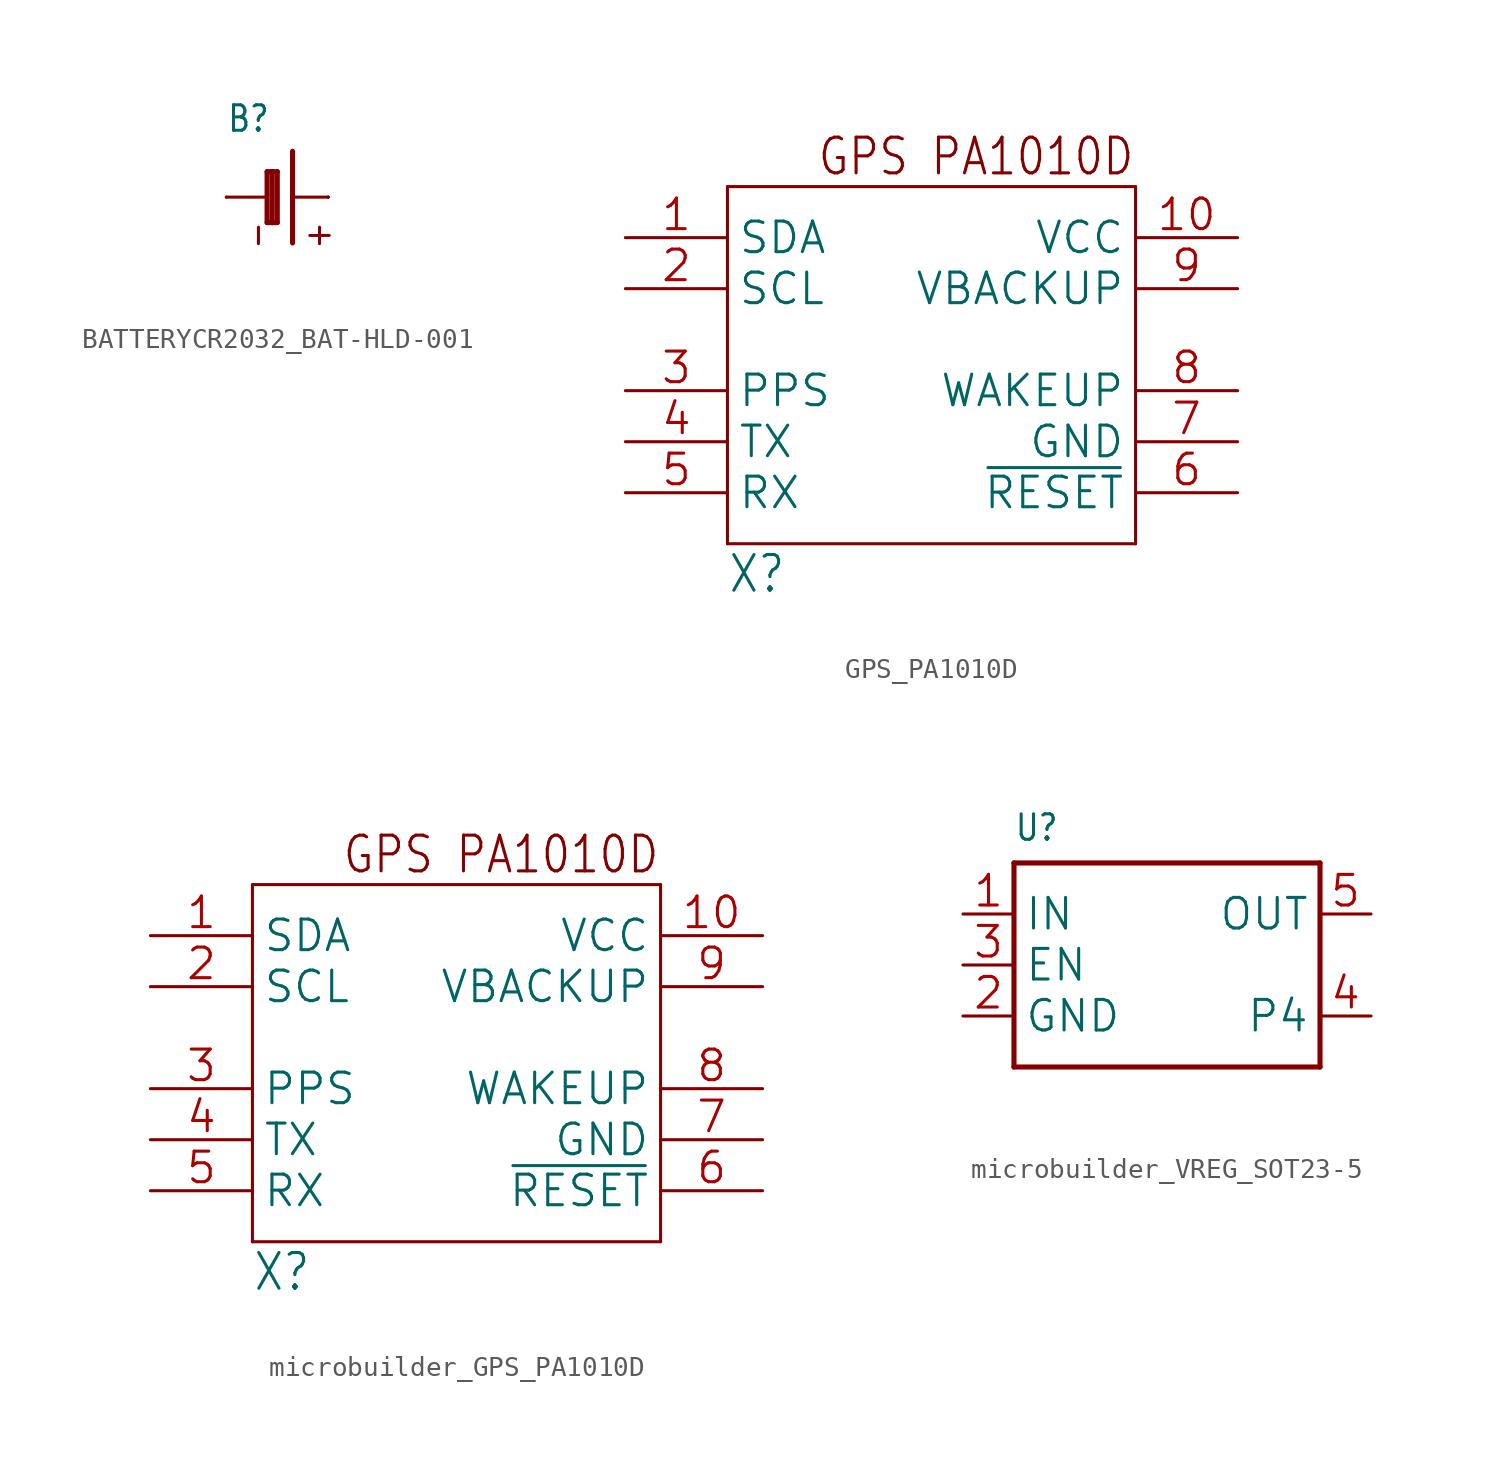
<source format=kicad_sym>
(kicad_symbol_lib
  (version 20241209)
  (generator "kicad_symbol_editor")
  (generator_version "9.0")
  (symbol "BATTERYCR2032_BAT-HLD-001"
    (property "Reference" "B"
      (at -2.54 3.175 0)
      (effects (font (size 1.27 1.079)) (justify left bottom)))
    (property "Value" ""
      (at -2.54 -5.08 0)
      (effects (font (size 1.27 1.079)) (justify left bottom)))
    (property "ki_locked" ""
      (at 0 0 0)
      (effects (font (size 1.27 1.27))))
    (symbol "BATTERYCR2032_BAT-HLD-001_1_0"
      (polyline (pts (xy -2.54 0) (xy -0.635 0)) (stroke (width 0.152) (type solid)) (fill (type none)))
      (polyline (pts (xy -0.508 1.27) (xy -0.254 1.27)) (stroke (width 0.254) (type solid)) (fill (type none)))
      (polyline (pts (xy -0.508 -1.27) (xy -0.508 1.27)) (stroke (width 0.254) (type solid)) (fill (type none)))
      (polyline (pts (xy -0.254 1.27) (xy -0.254 -1.27)) (stroke (width 0.254) (type solid)) (fill (type none)))
      (polyline (pts (xy -0.254 1.27) (xy 0 1.27)) (stroke (width 0.254) (type solid)) (fill (type none)))
      (polyline (pts (xy -0.254 -1.27) (xy -0.508 -1.27)) (stroke (width 0.254) (type solid)) (fill (type none)))
      (polyline (pts (xy 0 1.27) (xy 0 -1.27)) (stroke (width 0.254) (type solid)) (fill (type none)))
      (polyline (pts (xy 0 -1.27) (xy -0.254 -1.27)) (stroke (width 0.254) (type solid)) (fill (type none)))
      (polyline (pts (xy 0.762 2.286) (xy 0.762 -2.286)) (stroke (width 0.254) (type solid)) (fill (type none)))
      (polyline (pts (xy 0.889 0) (xy 2.54 0)) (stroke (width 0.152) (type solid)) (fill (type none)))
      (text "-" (at -1.778 -1.143 900) (effects (font (size 1.27 1.079)) (justify right top)))
      (text "+" (at 1.27 -1.143 900) (effects (font (size 1.27 1.079)) (justify right top)))
      (pin passive line (at -2.54 0 0) (length 0) (name "-" (effects (font (size 0 0)))) (number "-" (effects (font (size 0 0)))))
      (pin passive line (at 2.54 0 180) (length 0) (name "+" (effects (font (size 0 0)))) (number "+$1" (effects (font (size 0 0)))))
      (pin passive line (at 2.54 0 180) (length 0) (name "+" (effects (font (size 0 0)))) (number "+$2" (effects (font (size 0 0)))))))
  (symbol "GPS_PA1010D"
    (property "Reference" "X"
      (at -10.16 -10.16 0)
      (effects (font (size 1.778 1.511)) (justify left bottom)))
    (property "ki_locked" ""
      (at 0 0 0)
      (effects (font (size 1.27 1.27))))
    (symbol "GPS_PA1010D_1_0"
      (polyline (pts (xy -10.16 10.16) (xy 10.16 10.16)) (stroke (width 0.152) (type solid)) (fill (type none)))
      (polyline (pts (xy -10.16 -7.62) (xy -10.16 10.16)) (stroke (width 0.152) (type solid)) (fill (type none)))
      (polyline (pts (xy 10.16 10.16) (xy 10.16 -7.62)) (stroke (width 0.152) (type solid)) (fill (type none)))
      (polyline (pts (xy 10.16 -7.62) (xy -10.16 -7.62)) (stroke (width 0.152) (type solid)) (fill (type none)))
      (text "GPS PA1010D" (at 10.16 12.7 0) (effects (font (size 1.778 1.511)) (justify right top)))
      (pin bidirectional line (at -15.24 7.62 0) (length 5.08) (name "SDA" (effects (font (size 1.524 1.524)))) (number "1" (effects (font (size 1.524 1.524)))))
      (pin bidirectional line (at -15.24 5.08 0) (length 5.08) (name "SCL" (effects (font (size 1.524 1.524)))) (number "2" (effects (font (size 1.524 1.524)))))
      (pin output line (at -15.24 0 0) (length 5.08) (name "PPS" (effects (font (size 1.524 1.524)))) (number "3" (effects (font (size 1.524 1.524)))))
      (pin output line (at -15.24 -2.54 0) (length 5.08) (name "TX" (effects (font (size 1.524 1.524)))) (number "4" (effects (font (size 1.524 1.524)))))
      (pin input line (at -15.24 -5.08 0) (length 5.08) (name "RX" (effects (font (size 1.524 1.524)))) (number "5" (effects (font (size 1.524 1.524)))))
      (pin power_in line (at 15.24 7.62 180) (length 5.08) (name "VCC" (effects (font (size 1.524 1.524)))) (number "10" (effects (font (size 1.524 1.524)))))
      (pin power_in line (at 15.24 5.08 180) (length 5.08) (name "VBACKUP" (effects (font (size 1.524 1.524)))) (number "9" (effects (font (size 1.524 1.524)))))
      (pin input line (at 15.24 0 180) (length 5.08) (name "WAKEUP" (effects (font (size 1.524 1.524)))) (number "8" (effects (font (size 1.524 1.524)))))
      (pin power_in line (at 15.24 -2.54 180) (length 5.08) (name "GND" (effects (font (size 1.524 1.524)))) (number "7" (effects (font (size 1.524 1.524)))))
      (pin input line (at 15.24 -5.08 180) (length 5.08) (name "~{RESET}" (effects (font (size 1.524 1.524)))) (number "6" (effects (font (size 1.524 1.524)))))))
  (symbol "microbuilder_GPS_PA1010D"
    (property "Reference" "X"
      (at -10.16 -10.16 0)
      (effects (font (size 1.778 1.511)) (justify left bottom)))
    (property "ki_locked" ""
      (at 0 0 0)
      (effects (font (size 1.27 1.27))))
    (symbol "microbuilder_GPS_PA1010D_1_0"
      (polyline (pts (xy -10.16 10.16) (xy 10.16 10.16)) (stroke (width 0.152) (type solid)) (fill (type none)))
      (polyline (pts (xy -10.16 -7.62) (xy -10.16 10.16)) (stroke (width 0.152) (type solid)) (fill (type none)))
      (polyline (pts (xy 10.16 10.16) (xy 10.16 -7.62)) (stroke (width 0.152) (type solid)) (fill (type none)))
      (polyline (pts (xy 10.16 -7.62) (xy -10.16 -7.62)) (stroke (width 0.152) (type solid)) (fill (type none)))
      (text "GPS PA1010D" (at 10.16 12.7 0) (effects (font (size 1.778 1.511)) (justify right top)))
      (pin bidirectional line (at -15.24 7.62 0) (length 5.08) (name "SDA" (effects (font (size 1.524 1.524)))) (number "1" (effects (font (size 1.524 1.524)))))
      (pin bidirectional line (at -15.24 5.08 0) (length 5.08) (name "SCL" (effects (font (size 1.524 1.524)))) (number "2" (effects (font (size 1.524 1.524)))))
      (pin output line (at -15.24 0 0) (length 5.08) (name "PPS" (effects (font (size 1.524 1.524)))) (number "3" (effects (font (size 1.524 1.524)))))
      (pin output line (at -15.24 -2.54 0) (length 5.08) (name "TX" (effects (font (size 1.524 1.524)))) (number "4" (effects (font (size 1.524 1.524)))))
      (pin input line (at -15.24 -5.08 0) (length 5.08) (name "RX" (effects (font (size 1.524 1.524)))) (number "5" (effects (font (size 1.524 1.524)))))
      (pin power_in line (at 15.24 7.62 180) (length 5.08) (name "VCC" (effects (font (size 1.524 1.524)))) (number "10" (effects (font (size 1.524 1.524)))))
      (pin power_in line (at 15.24 5.08 180) (length 5.08) (name "VBACKUP" (effects (font (size 1.524 1.524)))) (number "9" (effects (font (size 1.524 1.524)))))
      (pin input line (at 15.24 0 180) (length 5.08) (name "WAKEUP" (effects (font (size 1.524 1.524)))) (number "8" (effects (font (size 1.524 1.524)))))
      (pin power_in line (at 15.24 -2.54 180) (length 5.08) (name "GND" (effects (font (size 1.524 1.524)))) (number "7" (effects (font (size 1.524 1.524)))))
      (pin input line (at 15.24 -5.08 180) (length 5.08) (name "~{RESET}" (effects (font (size 1.524 1.524)))) (number "6" (effects (font (size 1.524 1.524)))))))
  (symbol "microbuilder_VREG_SOT23-5"
    (property "Reference" "U"
      (at -7.62 6.096 0)
      (effects (font (size 1.27 1.079)) (justify left bottom)))
    (property "Value" ""
      (at -7.62 -7.62 0)
      (effects (font (size 1.27 1.079)) (justify left bottom)))
    (property "ki_locked" ""
      (at 0 0 0)
      (effects (font (size 1.27 1.27))))
    (symbol "microbuilder_VREG_SOT23-5_1_0"
      (polyline (pts (xy -7.62 5.08) (xy 7.62 5.08)) (stroke (width 0.254) (type solid)) (fill (type none)))
      (polyline (pts (xy -7.62 -5.08) (xy -7.62 5.08)) (stroke (width 0.254) (type solid)) (fill (type none)))
      (polyline (pts (xy 7.62 5.08) (xy 7.62 -5.08)) (stroke (width 0.254) (type solid)) (fill (type none)))
      (polyline (pts (xy 7.62 -5.08) (xy -7.62 -5.08)) (stroke (width 0.254) (type solid)) (fill (type none)))
      (pin power_in line (at -10.16 2.54 0) (length 2.54) (name "IN" (effects (font (size 1.524 1.524)))) (number "1" (effects (font (size 1.524 1.524)))))
      (pin input line (at -10.16 0 0) (length 2.54) (name "EN" (effects (font (size 1.524 1.524)))) (number "3" (effects (font (size 1.524 1.524)))))
      (pin power_in line (at -10.16 -2.54 0) (length 2.54) (name "GND" (effects (font (size 1.524 1.524)))) (number "2" (effects (font (size 1.524 1.524)))))
      (pin power_in line (at 10.16 2.54 180) (length 2.54) (name "OUT" (effects (font (size 1.524 1.524)))) (number "5" (effects (font (size 1.524 1.524)))))
      (pin bidirectional line (at 10.16 -2.54 180) (length 2.54) (name "P4" (effects (font (size 1.524 1.524)))) (number "4" (effects (font (size 1.524 1.524))))))))
</source>
